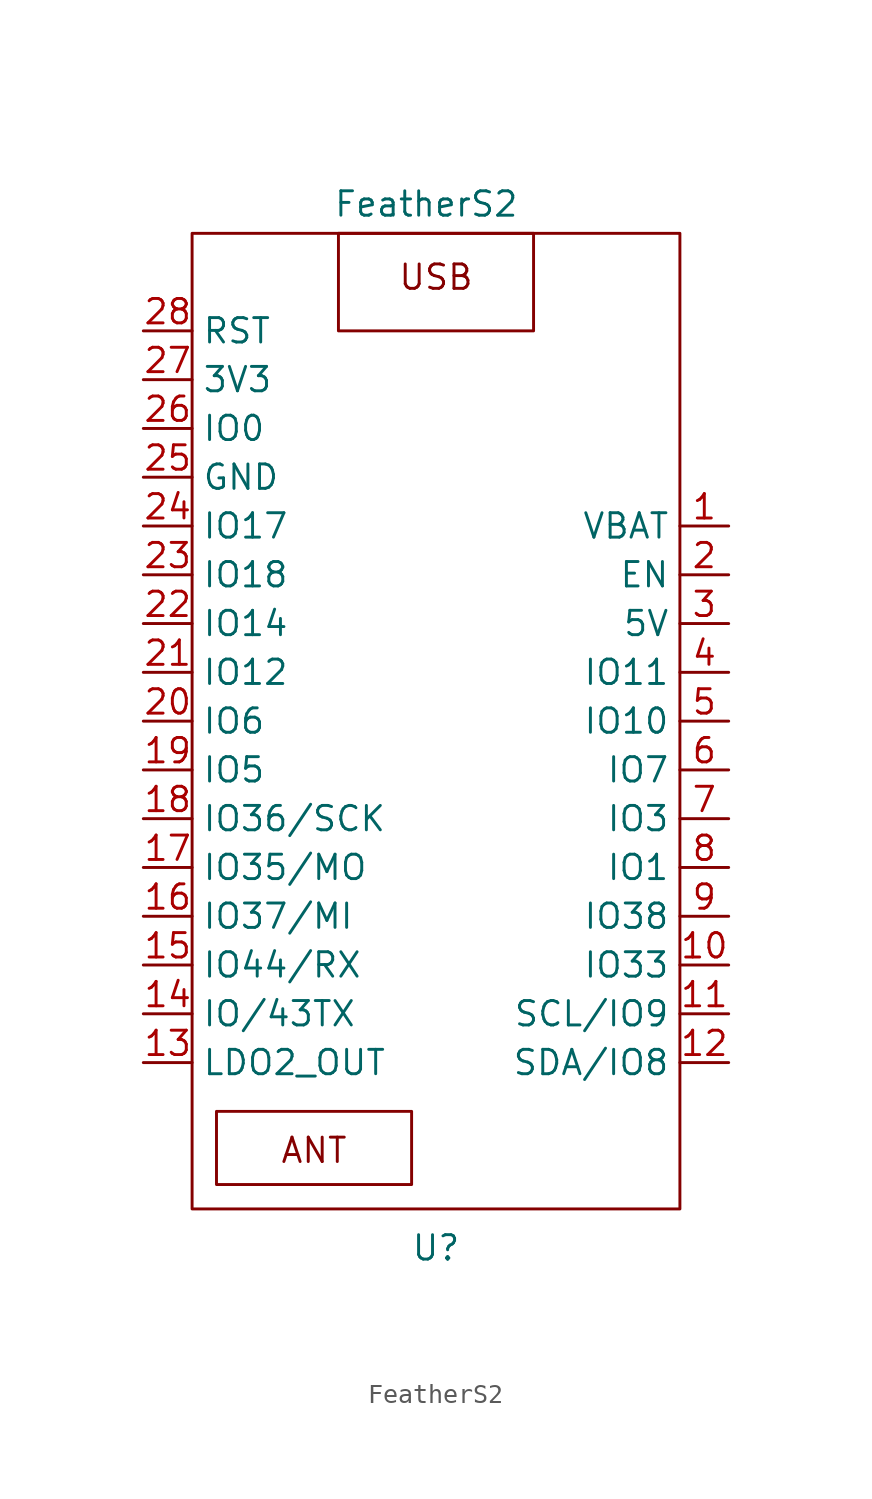
<source format=kicad_sym>
(kicad_symbol_lib
  (version 20241209)
  (generator "kicad_symbol_editor")
  (generator_version "9.0")
  (symbol "FeatherS2"
    (property "Reference" "U"
      (at 0 -27.432 0)
      (effects (font (size 1.27 1.27))))
    (property "Value" "FeatherS2"
      (at -0.508 26.924 0)
      (effects (font (size 1.27 1.27))))
    (symbol "FeatherS2_0_1"
      (rectangle (start -12.7 25.4) (end 12.7 -25.4) (stroke (width 0.152) (type default)) (fill (type none)))
      (rectangle (start -11.43 -20.32) (end -1.27 -24.13) (stroke (width 0) (type default)) (fill (type none)))
      (rectangle (start -5.08 25.4) (end 5.08 20.32) (stroke (width 0) (type default)) (fill (type none))))
    (symbol "FeatherS2_1_1"
      (text "ANT" (at -6.35 -22.352 0) (effects (font (size 1.27 1.27))))
      (text "USB" (at 0 23.114 0) (effects (font (size 1.27 1.27))))
      (pin input line (at -15.24 20.32 0) (length 2.54) (name "RST" (effects (font (size 1.27 1.27)))) (number "28" (effects (font (size 1.27 1.27)))))
      (pin power_in line (at -15.24 17.78 0) (length 2.54) (name "3V3" (effects (font (size 1.27 1.27)))) (number "27" (effects (font (size 1.27 1.27)))))
      (pin bidirectional line (at -15.24 15.24 0) (length 2.54) (name "IO0" (effects (font (size 1.27 1.27)))) (number "26" (effects (font (size 1.27 1.27)))))
      (pin power_in line (at -15.24 12.7 0) (length 2.54) (name "GND" (effects (font (size 1.27 1.27)))) (number "25" (effects (font (size 1.27 1.27)))))
      (pin bidirectional line (at -15.24 10.16 0) (length 2.54) (name "IO17" (effects (font (size 1.27 1.27)))) (number "24" (effects (font (size 1.27 1.27)))))
      (pin bidirectional line (at -15.24 7.62 0) (length 2.54) (name "IO18" (effects (font (size 1.27 1.27)))) (number "23" (effects (font (size 1.27 1.27)))))
      (pin bidirectional line (at -15.24 5.08 0) (length 2.54) (name "IO14" (effects (font (size 1.27 1.27)))) (number "22" (effects (font (size 1.27 1.27)))))
      (pin bidirectional line (at -15.24 2.54 0) (length 2.54) (name "IO12" (effects (font (size 1.27 1.27)))) (number "21" (effects (font (size 1.27 1.27)))))
      (pin bidirectional line (at -15.24 0 0) (length 2.54) (name "IO6" (effects (font (size 1.27 1.27)))) (number "20" (effects (font (size 1.27 1.27)))))
      (pin bidirectional line (at -15.24 -2.54 0) (length 2.54) (name "IO5" (effects (font (size 1.27 1.27)))) (number "19" (effects (font (size 1.27 1.27)))))
      (pin bidirectional line (at -15.24 -5.08 0) (length 2.54) (name "IO36/SCK" (effects (font (size 1.27 1.27)))) (number "18" (effects (font (size 1.27 1.27)))))
      (pin bidirectional line (at -15.24 -7.62 0) (length 2.54) (name "IO35/MO" (effects (font (size 1.27 1.27)))) (number "17" (effects (font (size 1.27 1.27)))))
      (pin bidirectional line (at -15.24 -10.16 0) (length 2.54) (name "IO37/MI" (effects (font (size 1.27 1.27)))) (number "16" (effects (font (size 1.27 1.27)))))
      (pin bidirectional line (at -15.24 -12.7 0) (length 2.54) (name "IO44/RX" (effects (font (size 1.27 1.27)))) (number "15" (effects (font (size 1.27 1.27)))))
      (pin bidirectional line (at -15.24 -15.24 0) (length 2.54) (name "IO/43TX" (effects (font (size 1.27 1.27)))) (number "14" (effects (font (size 1.27 1.27)))))
      (pin power_out line (at -15.24 -17.78 0) (length 2.54) (name "LDO2_OUT" (effects (font (size 1.27 1.27)))) (number "13" (effects (font (size 1.27 1.27)))))
      (pin power_in line (at 15.24 10.16 180) (length 2.54) (name "VBAT" (effects (font (size 1.27 1.27)))) (number "1" (effects (font (size 1.27 1.27)))))
      (pin input line (at 15.24 7.62 180) (length 2.54) (name "EN" (effects (font (size 1.27 1.27)))) (number "2" (effects (font (size 1.27 1.27)))))
      (pin power_in line (at 15.24 5.08 180) (length 2.54) (name "5V" (effects (font (size 1.27 1.27)))) (number "3" (effects (font (size 1.27 1.27)))))
      (pin bidirectional line (at 15.24 2.54 180) (length 2.54) (name "IO11" (effects (font (size 1.27 1.27)))) (number "4" (effects (font (size 1.27 1.27)))))
      (pin bidirectional line (at 15.24 0 180) (length 2.54) (name "IO10" (effects (font (size 1.27 1.27)))) (number "5" (effects (font (size 1.27 1.27)))))
      (pin bidirectional line (at 15.24 -2.54 180) (length 2.54) (name "IO7" (effects (font (size 1.27 1.27)))) (number "6" (effects (font (size 1.27 1.27)))))
      (pin bidirectional line (at 15.24 -5.08 180) (length 2.54) (name "IO3" (effects (font (size 1.27 1.27)))) (number "7" (effects (font (size 1.27 1.27)))))
      (pin bidirectional line (at 15.24 -7.62 180) (length 2.54) (name "IO1" (effects (font (size 1.27 1.27)))) (number "8" (effects (font (size 1.27 1.27)))))
      (pin bidirectional line (at 15.24 -10.16 180) (length 2.54) (name "IO38" (effects (font (size 1.27 1.27)))) (number "9" (effects (font (size 1.27 1.27)))))
      (pin bidirectional line (at 15.24 -12.7 180) (length 2.54) (name "IO33" (effects (font (size 1.27 1.27)))) (number "10" (effects (font (size 1.27 1.27)))))
      (pin bidirectional line (at 15.24 -15.24 180) (length 2.54) (name "SCL/IO9" (effects (font (size 1.27 1.27)))) (number "11" (effects (font (size 1.27 1.27)))))
      (pin bidirectional line (at 15.24 -17.78 180) (length 2.54) (name "SDA/IO8" (effects (font (size 1.27 1.27)))) (number "12" (effects (font (size 1.27 1.27))))))))
</source>
